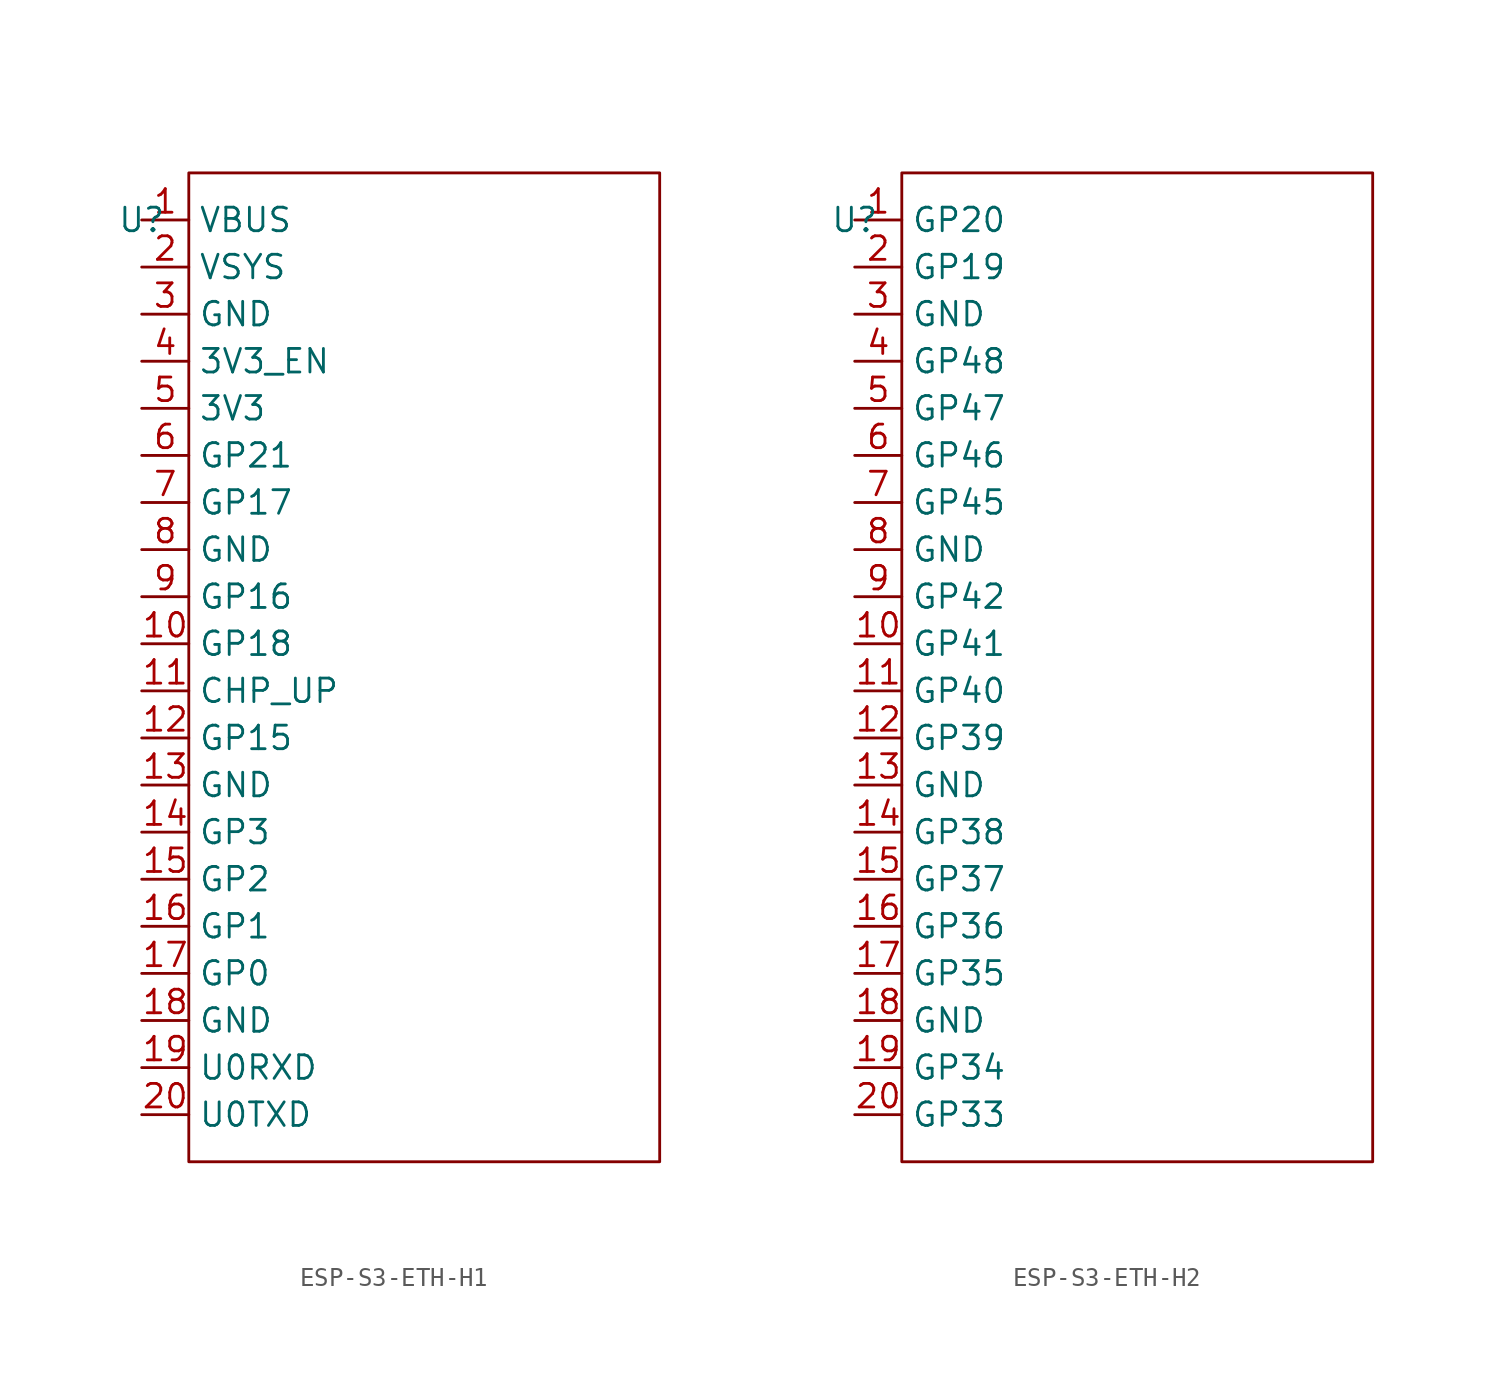
<source format=kicad_sym>
(kicad_symbol_lib
  (version 20231120)
  (generator "kicad_symbol_editor")
  (generator_version "8.0")
  (symbol "ESP-S3-ETH-H1"
    (property "Reference" "U"
      (at -17.78 0 0)
      (effects (font (size 1.27 1.27))))
    (property "Value" ""
      (at -17.78 0 0)
      (effects (font (size 1.27 1.27))))
    (symbol "ESP-S3-ETH-H1_0_0"
      (pin unspecified line (at -17.78 0 0) (length 2.54) (name "VBUS" (effects (font (size 1.27 1.27)))) (number "1" (effects (font (size 1.27 1.27)))))
      (pin unspecified line (at -17.78 -22.86 0) (length 2.54) (name "GP18" (effects (font (size 1.27 1.27)))) (number "10" (effects (font (size 1.27 1.27)))))
      (pin unspecified line (at -17.78 -25.4 0) (length 2.54) (name "CHP_UP" (effects (font (size 1.27 1.27)))) (number "11" (effects (font (size 1.27 1.27)))))
      (pin unspecified line (at -17.78 -27.94 0) (length 2.54) (name "GP15" (effects (font (size 1.27 1.27)))) (number "12" (effects (font (size 1.27 1.27)))))
      (pin unspecified line (at -17.78 -30.48 0) (length 2.54) (name "GND" (effects (font (size 1.27 1.27)))) (number "13" (effects (font (size 1.27 1.27)))))
      (pin unspecified line (at -17.78 -33.02 0) (length 2.54) (name "GP3" (effects (font (size 1.27 1.27)))) (number "14" (effects (font (size 1.27 1.27)))))
      (pin unspecified line (at -17.78 -35.56 0) (length 2.54) (name "GP2" (effects (font (size 1.27 1.27)))) (number "15" (effects (font (size 1.27 1.27)))))
      (pin unspecified line (at -17.78 -38.1 0) (length 2.54) (name "GP1" (effects (font (size 1.27 1.27)))) (number "16" (effects (font (size 1.27 1.27)))))
      (pin unspecified line (at -17.78 -40.64 0) (length 2.54) (name "GP0" (effects (font (size 1.27 1.27)))) (number "17" (effects (font (size 1.27 1.27)))))
      (pin unspecified line (at -17.78 -43.18 0) (length 2.54) (name "GND" (effects (font (size 1.27 1.27)))) (number "18" (effects (font (size 1.27 1.27)))))
      (pin unspecified line (at -17.78 -45.72 0) (length 2.54) (name "U0RXD" (effects (font (size 1.27 1.27)))) (number "19" (effects (font (size 1.27 1.27)))))
      (pin unspecified line (at -17.78 -2.54 0) (length 2.54) (name "VSYS" (effects (font (size 1.27 1.27)))) (number "2" (effects (font (size 1.27 1.27)))))
      (pin unspecified line (at -17.78 -48.26 0) (length 2.54) (name "U0TXD" (effects (font (size 1.27 1.27)))) (number "20" (effects (font (size 1.27 1.27)))))
      (pin unspecified line (at -17.78 -5.08 0) (length 2.54) (name "GND" (effects (font (size 1.27 1.27)))) (number "3" (effects (font (size 1.27 1.27)))))
      (pin unspecified line (at -17.78 -7.62 0) (length 2.54) (name "3V3_EN" (effects (font (size 1.27 1.27)))) (number "4" (effects (font (size 1.27 1.27)))))
      (pin unspecified line (at -17.78 -10.16 0) (length 2.54) (name "3V3" (effects (font (size 1.27 1.27)))) (number "5" (effects (font (size 1.27 1.27)))))
      (pin unspecified line (at -17.78 -12.7 0) (length 2.54) (name "GP21" (effects (font (size 1.27 1.27)))) (number "6" (effects (font (size 1.27 1.27)))))
      (pin unspecified line (at -17.78 -15.24 0) (length 2.54) (name "GP17" (effects (font (size 1.27 1.27)))) (number "7" (effects (font (size 1.27 1.27)))))
      (pin unspecified line (at -17.78 -17.78 0) (length 2.54) (name "GND" (effects (font (size 1.27 1.27)))) (number "8" (effects (font (size 1.27 1.27)))))
      (pin unspecified line (at -17.78 -20.32 0) (length 2.54) (name "GP16" (effects (font (size 1.27 1.27)))) (number "9" (effects (font (size 1.27 1.27))))))
    (symbol "ESP-S3-ETH-H1_0_1"
      (rectangle (start -15.24 2.54) (end 10.16 -50.8) (stroke (width 0) (type default)) (fill (type none)))))
  (symbol "ESP-S3-ETH-H2"
    (property "Reference" "U"
      (at -17.78 0 0)
      (effects (font (size 1.27 1.27))))
    (property "Value" ""
      (at -17.78 0 0)
      (effects (font (size 1.27 1.27))))
    (symbol "ESP-S3-ETH-H2_0_0"
      (pin unspecified line (at -17.78 0 0) (length 2.54) (name "GP20" (effects (font (size 1.27 1.27)))) (number "1" (effects (font (size 1.27 1.27)))))
      (pin unspecified line (at -17.78 -22.86 0) (length 2.54) (name "GP41" (effects (font (size 1.27 1.27)))) (number "10" (effects (font (size 1.27 1.27)))))
      (pin unspecified line (at -17.78 -25.4 0) (length 2.54) (name "GP40" (effects (font (size 1.27 1.27)))) (number "11" (effects (font (size 1.27 1.27)))))
      (pin unspecified line (at -17.78 -27.94 0) (length 2.54) (name "GP39" (effects (font (size 1.27 1.27)))) (number "12" (effects (font (size 1.27 1.27)))))
      (pin unspecified line (at -17.78 -30.48 0) (length 2.54) (name "GND" (effects (font (size 1.27 1.27)))) (number "13" (effects (font (size 1.27 1.27)))))
      (pin unspecified line (at -17.78 -33.02 0) (length 2.54) (name "GP38" (effects (font (size 1.27 1.27)))) (number "14" (effects (font (size 1.27 1.27)))))
      (pin unspecified line (at -17.78 -35.56 0) (length 2.54) (name "GP37" (effects (font (size 1.27 1.27)))) (number "15" (effects (font (size 1.27 1.27)))))
      (pin unspecified line (at -17.78 -38.1 0) (length 2.54) (name "GP36" (effects (font (size 1.27 1.27)))) (number "16" (effects (font (size 1.27 1.27)))))
      (pin unspecified line (at -17.78 -40.64 0) (length 2.54) (name "GP35" (effects (font (size 1.27 1.27)))) (number "17" (effects (font (size 1.27 1.27)))))
      (pin unspecified line (at -17.78 -43.18 0) (length 2.54) (name "GND" (effects (font (size 1.27 1.27)))) (number "18" (effects (font (size 1.27 1.27)))))
      (pin unspecified line (at -17.78 -45.72 0) (length 2.54) (name "GP34" (effects (font (size 1.27 1.27)))) (number "19" (effects (font (size 1.27 1.27)))))
      (pin unspecified line (at -17.78 -2.54 0) (length 2.54) (name "GP19" (effects (font (size 1.27 1.27)))) (number "2" (effects (font (size 1.27 1.27)))))
      (pin unspecified line (at -17.78 -48.26 0) (length 2.54) (name "GP33" (effects (font (size 1.27 1.27)))) (number "20" (effects (font (size 1.27 1.27)))))
      (pin unspecified line (at -17.78 -5.08 0) (length 2.54) (name "GND" (effects (font (size 1.27 1.27)))) (number "3" (effects (font (size 1.27 1.27)))))
      (pin unspecified line (at -17.78 -7.62 0) (length 2.54) (name "GP48" (effects (font (size 1.27 1.27)))) (number "4" (effects (font (size 1.27 1.27)))))
      (pin unspecified line (at -17.78 -10.16 0) (length 2.54) (name "GP47" (effects (font (size 1.27 1.27)))) (number "5" (effects (font (size 1.27 1.27)))))
      (pin unspecified line (at -17.78 -12.7 0) (length 2.54) (name "GP46" (effects (font (size 1.27 1.27)))) (number "6" (effects (font (size 1.27 1.27)))))
      (pin unspecified line (at -17.78 -15.24 0) (length 2.54) (name "GP45" (effects (font (size 1.27 1.27)))) (number "7" (effects (font (size 1.27 1.27)))))
      (pin unspecified line (at -17.78 -17.78 0) (length 2.54) (name "GND" (effects (font (size 1.27 1.27)))) (number "8" (effects (font (size 1.27 1.27)))))
      (pin unspecified line (at -17.78 -20.32 0) (length 2.54) (name "GP42" (effects (font (size 1.27 1.27)))) (number "9" (effects (font (size 1.27 1.27))))))
    (symbol "ESP-S3-ETH-H2_0_1"
      (rectangle (start -15.24 2.54) (end 10.16 -50.8) (stroke (width 0) (type default)) (fill (type none))))))
</source>
